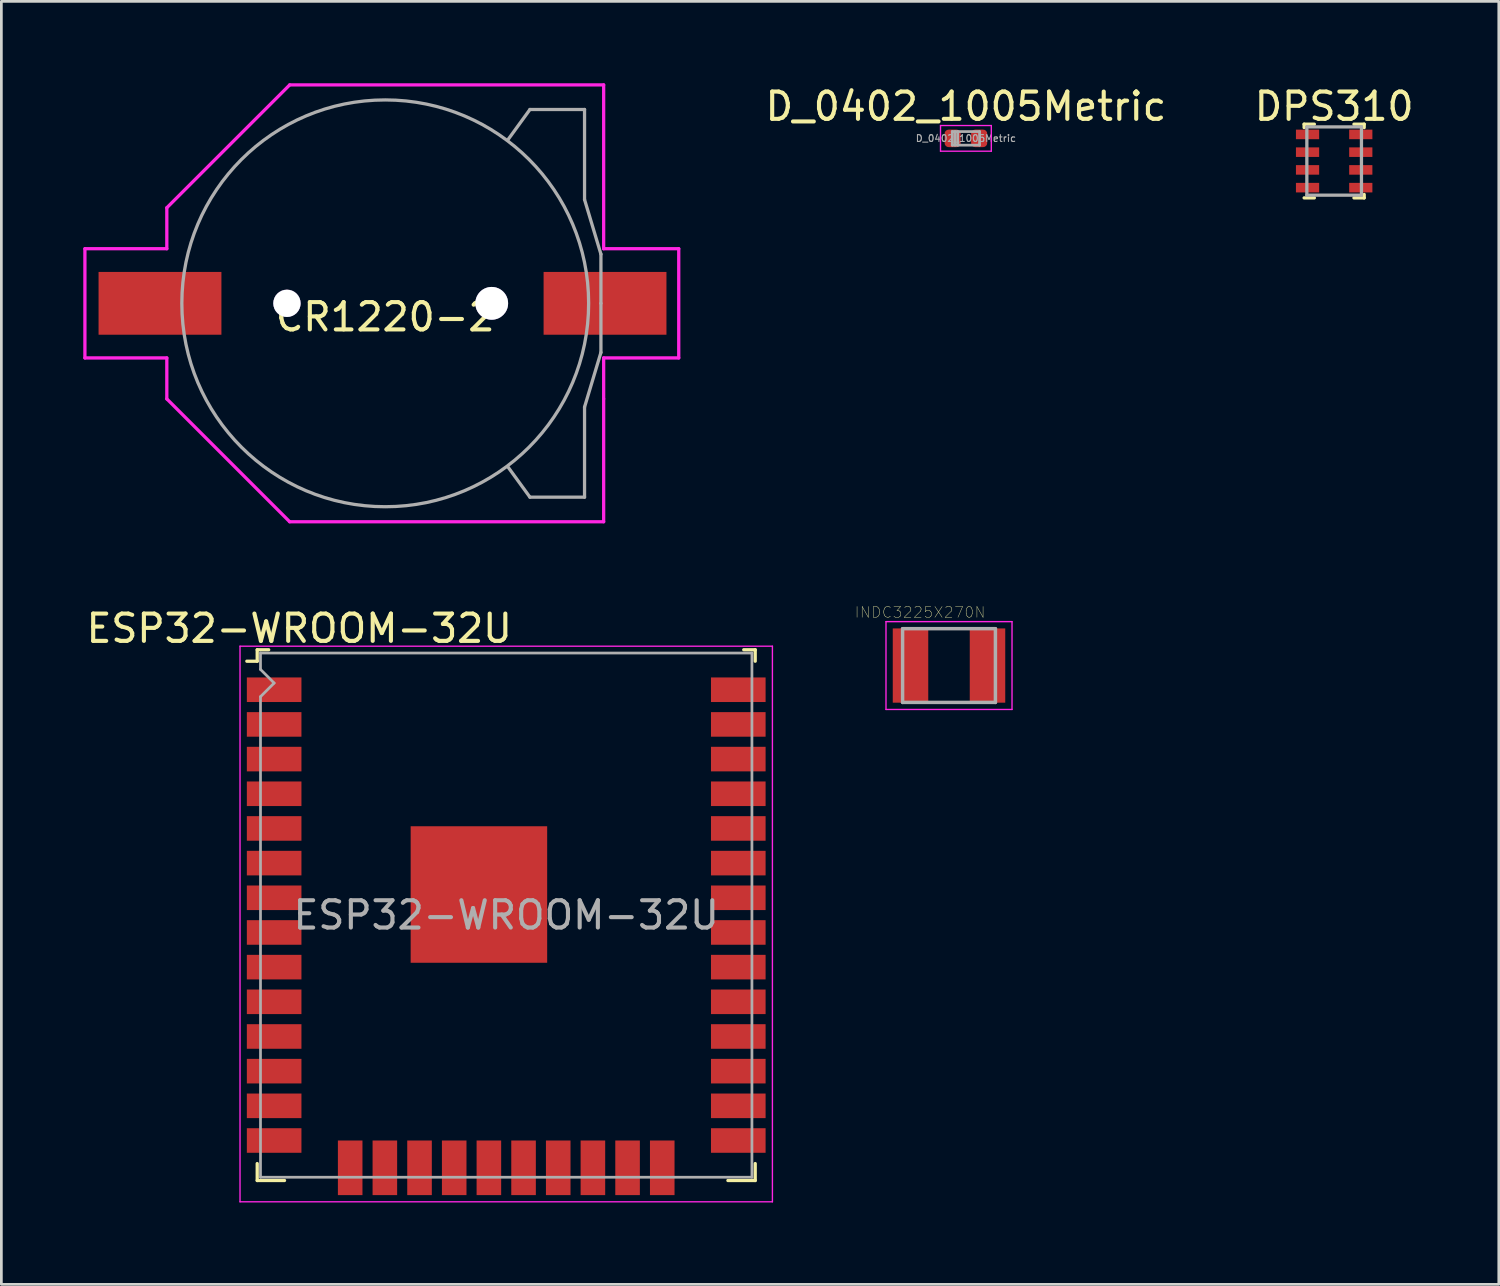
<source format=kicad_pcb>
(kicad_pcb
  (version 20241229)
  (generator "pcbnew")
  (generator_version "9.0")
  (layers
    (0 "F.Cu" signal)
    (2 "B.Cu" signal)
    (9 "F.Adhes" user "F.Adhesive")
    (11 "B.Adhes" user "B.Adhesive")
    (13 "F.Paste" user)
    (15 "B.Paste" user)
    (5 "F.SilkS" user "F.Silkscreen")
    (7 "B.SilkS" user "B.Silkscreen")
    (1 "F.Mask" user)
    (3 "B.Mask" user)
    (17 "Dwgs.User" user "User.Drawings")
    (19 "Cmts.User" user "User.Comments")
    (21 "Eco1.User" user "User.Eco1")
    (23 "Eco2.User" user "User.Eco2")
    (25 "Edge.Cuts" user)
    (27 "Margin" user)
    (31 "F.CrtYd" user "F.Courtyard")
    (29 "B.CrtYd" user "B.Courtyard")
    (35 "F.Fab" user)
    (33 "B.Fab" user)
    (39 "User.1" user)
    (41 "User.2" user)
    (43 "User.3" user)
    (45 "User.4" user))
  (footprint "D_0402_1005Metric"
    (layer "F.Cu")
    (at 32.328 2.018)
    (property "Reference" "D_0402_1005Metric" (at 0 -1.17 0) (layer "F.SilkS") (effects (font (size 1 1) (thickness 0.15))))
    (attr smd)
    (fp_line (start -0.93 -0.47) (end 0.93 -0.47) (stroke (width 0.05) (type solid)) (layer "F.CrtYd"))
    (fp_line (start -0.93 0.47) (end -0.93 -0.47) (stroke (width 0.05) (type solid)) (layer "F.CrtYd"))
    (fp_line (start 0.93 -0.47) (end 0.93 0.47) (stroke (width 0.05) (type solid)) (layer "F.CrtYd"))
    (fp_line (start 0.93 0.47) (end -0.93 0.47) (stroke (width 0.05) (type solid)) (layer "F.CrtYd"))
    (fp_line (start -0.5 -0.25) (end 0.5 -0.25) (stroke (width 0.1) (type solid)) (layer "F.Fab"))
    (fp_line (start -0.5 0.25) (end -0.5 -0.25) (stroke (width 0.1) (type solid)) (layer "F.Fab"))
    (fp_line (start -0.4 0.25) (end -0.4 -0.25) (stroke (width 0.1) (type solid)) (layer "F.Fab"))
    (fp_line (start -0.3 0.25) (end -0.3 -0.25) (stroke (width 0.1) (type solid)) (layer "F.Fab"))
    (fp_line (start 0.5 -0.25) (end 0.5 0.25) (stroke (width 0.1) (type solid)) (layer "F.Fab"))
    (fp_line (start 0.5 0.25) (end -0.5 0.25) (stroke (width 0.1) (type solid)) (layer "F.Fab"))
    (fp_text user "${REFERENCE}" (at 0 0 0) (layer "F.Fab") (effects (font (size 0.25 0.25) (thickness 0.04))))
    (pad "1" smd roundrect (at -0.485 0) (size 0.59 0.64) (layers "F.Cu" "F.Mask" "F.Paste") (roundrect_rratio 0.25))
    (pad "2" smd roundrect (at 0.485 0) (size 0.59 0.64) (layers "F.Cu" "F.Mask" "F.Paste") (roundrect_rratio 0.25)))
  (footprint "ESP32-WROOM-32U"
    (layer "F.Cu")
    (at 15.491 30.468)
    (property "Reference" "ESP32-WROOM-32U" (at -7.58 -10.5 180) (layer "F.SilkS") (effects (font (size 1 1) (thickness 0.15))))
    (attr smd)
    (fp_line (start -9.12 -9.72) (end -9.12 -9.3) (stroke (width 0.12) (type solid)) (layer "F.SilkS"))
    (fp_line (start -9.12 -9.72) (end -8.7 -9.72) (stroke (width 0.12) (type solid)) (layer "F.SilkS"))
    (fp_line (start -9.12 -9.3) (end -9.5 -9.3) (stroke (width 0.12) (type solid)) (layer "F.SilkS"))
    (fp_line (start -9.12 9.1) (end -9.12 9.72) (stroke (width 0.12) (type solid)) (layer "F.SilkS"))
    (fp_line (start -9.12 9.72) (end -8.12 9.72) (stroke (width 0.12) (type solid)) (layer "F.SilkS"))
    (fp_line (start 9.12 -9.72) (end 8.7 -9.72) (stroke (width 0.12) (type solid)) (layer "F.SilkS"))
    (fp_line (start 9.12 -9.72) (end 9.12 -9.3) (stroke (width 0.12) (type solid)) (layer "F.SilkS"))
    (fp_line (start 9.12 9.1) (end 9.12 9.72) (stroke (width 0.12) (type solid)) (layer "F.SilkS"))
    (fp_line (start 9.12 9.72) (end 8.12 9.72) (stroke (width 0.12) (type solid)) (layer "F.SilkS"))
    (fp_line (start -9.75 10.5) (end -9.75 -9.85) (stroke (width 0.05) (type solid)) (layer "F.CrtYd"))
    (fp_line (start -9.75 10.5) (end 9.75 10.5) (stroke (width 0.05) (type solid)) (layer "F.CrtYd"))
    (fp_line (start 9.75 -9.85) (end -9.75 -9.85) (stroke (width 0.05) (type solid)) (layer "F.CrtYd"))
    (fp_line (start 9.75 -9.85) (end 9.75 10.5) (stroke (width 0.05) (type solid)) (layer "F.CrtYd"))
    (fp_line (start -9 -9.6) (end -9 -9) (stroke (width 0.1) (type solid)) (layer "F.Fab"))
    (fp_line (start -9 -9.6) (end 9 -9.6) (stroke (width 0.1) (type solid)) (layer "F.Fab"))
    (fp_line (start -9 -8) (end -9 9.6) (stroke (width 0.1) (type solid)) (layer "F.Fab"))
    (fp_line (start -9 -8) (end -8.5 -8.5) (stroke (width 0.1) (type solid)) (layer "F.Fab"))
    (fp_line (start -9 9.6) (end 9 9.6) (stroke (width 0.1) (type solid)) (layer "F.Fab"))
    (fp_line (start -8.5 -8.5) (end -9 -9) (stroke (width 0.1) (type solid)) (layer "F.Fab"))
    (fp_line (start 9 9.6) (end 9 -9.6) (stroke (width 0.1) (type solid)) (layer "F.Fab"))
    (fp_text user "${REFERENCE}" (at 0 0 0) (layer "F.Fab") (effects (font (size 1 1) (thickness 0.15))))
    (pad "1" smd rect (at -8.5 -8.255) (size 2 0.9) (layers "F.Cu" "F.Mask" "F.Paste"))
    (pad "2" smd rect (at -8.5 -6.985) (size 2 0.9) (layers "F.Cu" "F.Mask" "F.Paste"))
    (pad "3" smd rect (at -8.5 -5.715) (size 2 0.9) (layers "F.Cu" "F.Mask" "F.Paste"))
    (pad "4" smd rect (at -8.5 -4.445) (size 2 0.9) (layers "F.Cu" "F.Mask" "F.Paste"))
    (pad "5" smd rect (at -8.5 -3.175) (size 2 0.9) (layers "F.Cu" "F.Mask" "F.Paste"))
    (pad "6" smd rect (at -8.5 -1.905) (size 2 0.9) (layers "F.Cu" "F.Mask" "F.Paste"))
    (pad "7" smd rect (at -8.5 -0.635) (size 2 0.9) (layers "F.Cu" "F.Mask" "F.Paste"))
    (pad "8" smd rect (at -8.5 0.635) (size 2 0.9) (layers "F.Cu" "F.Mask" "F.Paste"))
    (pad "9" smd rect (at -8.5 1.905) (size 2 0.9) (layers "F.Cu" "F.Mask" "F.Paste"))
    (pad "10" smd rect (at -8.5 3.175) (size 2 0.9) (layers "F.Cu" "F.Mask" "F.Paste"))
    (pad "11" smd rect (at -8.5 4.445) (size 2 0.9) (layers "F.Cu" "F.Mask" "F.Paste"))
    (pad "12" smd rect (at -8.5 5.715) (size 2 0.9) (layers "F.Cu" "F.Mask" "F.Paste"))
    (pad "13" smd rect (at -8.5 6.985) (size 2 0.9) (layers "F.Cu" "F.Mask" "F.Paste"))
    (pad "14" smd rect (at -8.5 8.255) (size 2 0.9) (layers "F.Cu" "F.Mask" "F.Paste"))
    (pad "15" smd rect (at -5.715 9.255 270) (size 2 0.9) (layers "F.Cu" "F.Mask" "F.Paste"))
    (pad "16" smd rect (at -4.445 9.255 90) (size 2 0.9) (layers "F.Cu" "F.Mask" "F.Paste"))
    (pad "17" smd rect (at -3.175 9.255 90) (size 2 0.9) (layers "F.Cu" "F.Mask" "F.Paste"))
    (pad "18" smd rect (at -1.905 9.255 90) (size 2 0.9) (layers "F.Cu" "F.Mask" "F.Paste"))
    (pad "19" smd rect (at -0.635 9.255 90) (size 2 0.9) (layers "F.Cu" "F.Mask" "F.Paste"))
    (pad "20" smd rect (at 0.635 9.255 90) (size 2 0.9) (layers "F.Cu" "F.Mask" "F.Paste"))
    (pad "21" smd rect (at 1.905 9.255 90) (size 2 0.9) (layers "F.Cu" "F.Mask" "F.Paste"))
    (pad "22" smd rect (at 3.175 9.255 90) (size 2 0.9) (layers "F.Cu" "F.Mask" "F.Paste"))
    (pad "23" smd rect (at 4.445 9.255 90) (size 2 0.9) (layers "F.Cu" "F.Mask" "F.Paste"))
    (pad "24" smd rect (at 5.715 9.255 90) (size 2 0.9) (layers "F.Cu" "F.Mask" "F.Paste"))
    (pad "25" smd rect (at 8.5 8.255) (size 2 0.9) (layers "F.Cu" "F.Mask" "F.Paste"))
    (pad "26" smd rect (at 8.5 6.985) (size 2 0.9) (layers "F.Cu" "F.Mask" "F.Paste"))
    (pad "27" smd rect (at 8.5 5.715) (size 2 0.9) (layers "F.Cu" "F.Mask" "F.Paste"))
    (pad "28" smd rect (at 8.5 4.445) (size 2 0.9) (layers "F.Cu" "F.Mask" "F.Paste"))
    (pad "29" smd rect (at 8.5 3.175) (size 2 0.9) (layers "F.Cu" "F.Mask" "F.Paste"))
    (pad "30" smd rect (at 8.5 1.905) (size 2 0.9) (layers "F.Cu" "F.Mask" "F.Paste"))
    (pad "31" smd rect (at 8.5 0.635) (size 2 0.9) (layers "F.Cu" "F.Mask" "F.Paste"))
    (pad "32" smd rect (at 8.5 -0.635) (size 2 0.9) (layers "F.Cu" "F.Mask" "F.Paste"))
    (pad "33" smd rect (at 8.5 -1.905) (size 2 0.9) (layers "F.Cu" "F.Mask" "F.Paste"))
    (pad "34" smd rect (at 8.5 -3.175) (size 2 0.9) (layers "F.Cu" "F.Mask" "F.Paste"))
    (pad "35" smd rect (at 8.5 -4.445) (size 2 0.9) (layers "F.Cu" "F.Mask" "F.Paste"))
    (pad "36" smd rect (at 8.5 -5.715) (size 2 0.9) (layers "F.Cu" "F.Mask" "F.Paste"))
    (pad "37" smd rect (at 8.5 -6.985) (size 2 0.9) (layers "F.Cu" "F.Mask" "F.Paste"))
    (pad "38" smd rect (at 8.5 -8.255) (size 2 0.9) (layers "F.Cu" "F.Mask" "F.Paste"))
    (pad "39" smd rect (at -1 -0.755) (size 5 5) (layers "F.Cu" "F.Mask" "F.Paste")))
  (footprint "DPS310"
    (layer "F.Cu")
    (at 45.816 2.848)
    (property "Reference" "DPS310" (at 0 -2 0) (layer "F.SilkS") (effects (font (size 1 1) (thickness 0.15))))
    (attr through_hole)
    (fp_line (start -1.1 -1.35) (end -1.1 -1.225) (stroke (width 0.12) (type solid)) (layer "F.SilkS"))
    (fp_line (start -1.1 1.35) (end -0.725 1.35) (stroke (width 0.12) (type solid)) (layer "F.SilkS"))
    (fp_line (start -0.725 -1.35) (end -1.1 -1.35) (stroke (width 0.12) (type solid)) (layer "F.SilkS"))
    (fp_line (start 0.725 1.35) (end 1.1 1.35) (stroke (width 0.12) (type solid)) (layer "F.SilkS"))
    (fp_line (start 1.1 -1.35) (end 0.725 -1.35) (stroke (width 0.12) (type solid)) (layer "F.SilkS"))
    (fp_line (start 1.1 -1.225) (end 1.1 -1.35) (stroke (width 0.12) (type solid)) (layer "F.SilkS"))
    (fp_line (start 1.1 1.225) (end 1.1 1.35) (stroke (width 0.12) (type solid)) (layer "F.SilkS"))
    (fp_line (start -1 -1.25) (end -1 1.25) (stroke (width 0.12) (type solid)) (layer "F.Fab"))
    (fp_line (start -1 1.25) (end 1 1.25) (stroke (width 0.12) (type solid)) (layer "F.Fab"))
    (fp_line (start 1 -1.25) (end -1 -1.25) (stroke (width 0.12) (type solid)) (layer "F.Fab"))
    (fp_line (start 1 1.25) (end 1 -1.25) (stroke (width 0.12) (type solid)) (layer "F.Fab"))
    (pad "1" smd rect (at -0.975 0.975) (size 0.85 0.35) (layers "F.Cu" "F.Mask" "F.Paste"))
    (pad "2" smd rect (at -0.975 0.325) (size 0.85 0.35) (layers "F.Cu" "F.Mask" "F.Paste"))
    (pad "3" smd rect (at -0.975 -0.325) (size 0.85 0.35) (layers "F.Cu" "F.Mask" "F.Paste"))
    (pad "4" smd rect (at -0.975 -0.975) (size 0.85 0.35) (layers "F.Cu" "F.Mask" "F.Paste"))
    (pad "5" smd rect (at 0.975 -0.975) (size 0.85 0.35) (layers "F.Cu" "F.Mask" "F.Paste"))
    (pad "6" smd rect (at 0.975 -0.325) (size 0.85 0.35) (layers "F.Cu" "F.Mask" "F.Paste"))
    (pad "7" smd rect (at 0.975 0.325) (size 0.85 0.35) (layers "F.Cu" "F.Mask" "F.Paste"))
    (pad "8" smd rect (at 0.975 0.975) (size 0.85 0.35) (layers "F.Cu" "F.Mask" "F.Paste")))
  (footprint "CR1220-2"
    (layer "F.Cu")
    (at 11.06 8.06)
    (property "Reference" "CR1220-2" (at 0 0.5 0) (layer "F.SilkS") (effects (font (size 1 1) (thickness 0.15))))
    (attr through_hole)
    (fp_line (start -11 -2) (end -8 -2) (stroke (width 0.12) (type solid)) (layer "F.CrtYd"))
    (fp_line (start -11 2) (end -11 -2) (stroke (width 0.12) (type solid)) (layer "F.CrtYd"))
    (fp_line (start -8 -3.5) (end -8 -2) (stroke (width 0.12) (type solid)) (layer "F.CrtYd"))
    (fp_line (start -8 2) (end -11 2) (stroke (width 0.12) (type solid)) (layer "F.CrtYd"))
    (fp_line (start -8 2) (end -8 3.5) (stroke (width 0.12) (type solid)) (layer "F.CrtYd"))
    (fp_line (start -8 3.5) (end -3.5 8) (stroke (width 0.12) (type solid)) (layer "F.CrtYd"))
    (fp_line (start -3.5 -8) (end -8 -3.5) (stroke (width 0.12) (type solid)) (layer "F.CrtYd"))
    (fp_line (start -3.5 8) (end 8 8) (stroke (width 0.12) (type solid)) (layer "F.CrtYd"))
    (fp_line (start 8 -8) (end -3.5 -8) (stroke (width 0.12) (type solid)) (layer "F.CrtYd"))
    (fp_line (start 8 -2) (end 8 -8) (stroke (width 0.12) (type solid)) (layer "F.CrtYd"))
    (fp_line (start 8 -2) (end 10.75 -2) (stroke (width 0.12) (type solid)) (layer "F.CrtYd"))
    (fp_line (start 8 3.5) (end 8 2) (stroke (width 0.12) (type solid)) (layer "F.CrtYd"))
    (fp_line (start 8 8) (end 8 3.5) (stroke (width 0.12) (type solid)) (layer "F.CrtYd"))
    (fp_line (start 10.75 -2) (end 10.75 2) (stroke (width 0.12) (type solid)) (layer "F.CrtYd"))
    (fp_line (start 10.75 2) (end 8 2) (stroke (width 0.12) (type solid)) (layer "F.CrtYd"))
    (fp_line (start 5.3 -7.1) (end 4.5 -6) (stroke (width 0.12) (type solid)) (layer "F.Fab"))
    (fp_line (start 5.3 7.1) (end 4.5 6) (stroke (width 0.12) (type solid)) (layer "F.Fab"))
    (fp_line (start 7.3 -7.1) (end 5.3 -7.1) (stroke (width 0.12) (type solid)) (layer "F.Fab"))
    (fp_line (start 7.3 -3.8) (end 7.3 -7.1) (stroke (width 0.12) (type solid)) (layer "F.Fab"))
    (fp_line (start 7.3 -3.8) (end 7.9 -1.8) (stroke (width 0.12) (type solid)) (layer "F.Fab"))
    (fp_line (start 7.3 3.8) (end 7.3 7.1) (stroke (width 0.12) (type solid)) (layer "F.Fab"))
    (fp_line (start 7.3 3.8) (end 7.9 1.8) (stroke (width 0.12) (type solid)) (layer "F.Fab"))
    (fp_line (start 7.3 7.1) (end 5.3 7.1) (stroke (width 0.12) (type solid)) (layer "F.Fab"))
    (fp_line (start 7.9 -1.8) (end 7.9 0) (stroke (width 0.12) (type solid)) (layer "F.Fab"))
    (fp_line (start 7.9 1.8) (end 7.9 0) (stroke (width 0.12) (type solid)) (layer "F.Fab"))
    (fp_circle (center 0 0) (end 7.45 0) (stroke (width 0.12) (type solid)) (fill no) (layer "F.Fab"))
    (pad "" thru_hole circle (at -3.6 0) (size 1 1) (drill 1) (layers "*.Cu" "*.Mask"))
    (pad "" thru_hole circle (at 3.9 0) (size 1.2 1.2) (drill 1.2) (layers "*.Cu" "*.Mask"))
    (pad "+" smd rect (at 8.05 0) (size 4.5 2.3) (layers "F.Cu" "F.Mask" "F.Paste"))
    (pad "-" smd rect (at -8.25 0) (size 4.5 2.3) (layers "F.Cu" "F.Mask" "F.Paste")))
  (footprint "INDC3225X270N"
    (layer "F.Cu")
    (at 31.709 21.327)
    (property "Reference" "INDC3225X270N" (at -1.06 -1.95 0) (layer "F.SilkS") (effects (font (size 0.394 0.394) (thickness 0.015))))
    (attr through_hole)
    (fp_line (start -2.308 -1.608) (end 2.308 -1.608) (stroke (width 0.05) (type solid)) (layer "F.CrtYd"))
    (fp_line (start -2.308 1.608) (end -2.308 -1.608) (stroke (width 0.05) (type solid)) (layer "F.CrtYd"))
    (fp_line (start -2.308 1.608) (end 2.308 1.608) (stroke (width 0.05) (type solid)) (layer "F.CrtYd"))
    (fp_line (start 2.308 1.608) (end 2.308 -1.608) (stroke (width 0.05) (type solid)) (layer "F.CrtYd"))
    (fp_line (start -1.7 1.35) (end -1.7 -1.35) (stroke (width 0.127) (type solid)) (layer "F.Fab"))
    (fp_line (start 1.7 -1.35) (end -1.7 -1.35) (stroke (width 0.127) (type solid)) (layer "F.Fab"))
    (fp_line (start 1.7 1.35) (end -1.7 1.35) (stroke (width 0.127) (type solid)) (layer "F.Fab"))
    (fp_line (start 1.7 1.35) (end 1.7 -1.35) (stroke (width 0.127) (type solid)) (layer "F.Fab"))
    (pad "1" smd rect (at -1.41 0) (size 1.3 2.72) (layers "F.Cu" "F.Mask" "F.Paste"))
    (pad "2" smd rect (at 1.41 0) (size 1.3 2.72) (layers "F.Cu" "F.Mask" "F.Paste")))
  (gr_rect
    (start -3 -3)
    (end 51.846 43.993)
    (stroke (width 0.1) (type default))
    (fill no)
    (layer "Edge.Cuts")))
</source>
